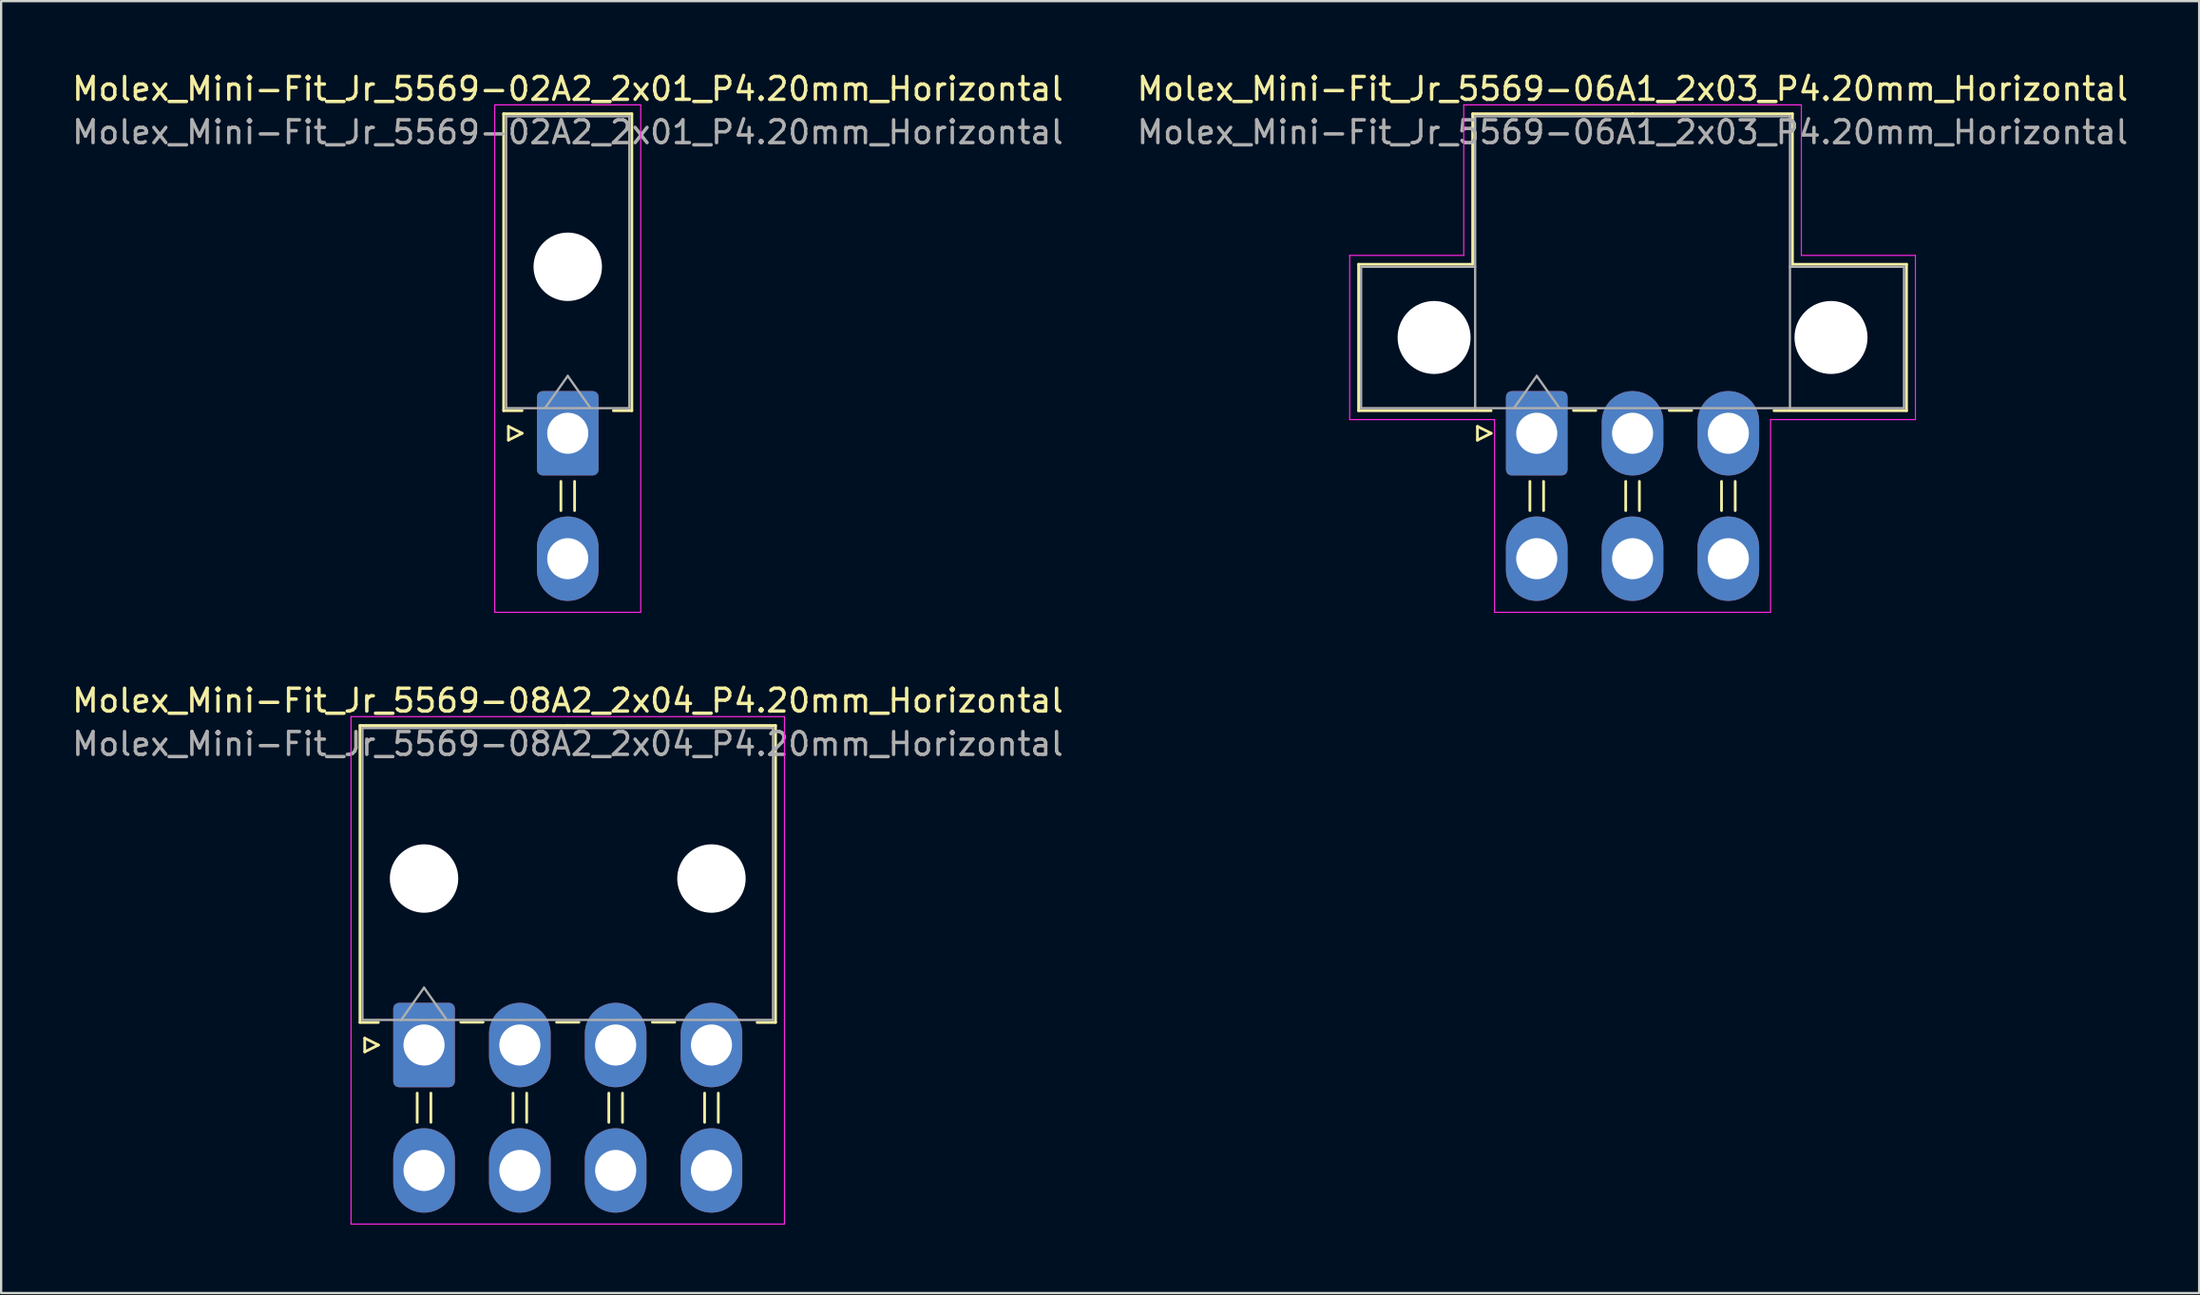
<source format=kicad_pcb>
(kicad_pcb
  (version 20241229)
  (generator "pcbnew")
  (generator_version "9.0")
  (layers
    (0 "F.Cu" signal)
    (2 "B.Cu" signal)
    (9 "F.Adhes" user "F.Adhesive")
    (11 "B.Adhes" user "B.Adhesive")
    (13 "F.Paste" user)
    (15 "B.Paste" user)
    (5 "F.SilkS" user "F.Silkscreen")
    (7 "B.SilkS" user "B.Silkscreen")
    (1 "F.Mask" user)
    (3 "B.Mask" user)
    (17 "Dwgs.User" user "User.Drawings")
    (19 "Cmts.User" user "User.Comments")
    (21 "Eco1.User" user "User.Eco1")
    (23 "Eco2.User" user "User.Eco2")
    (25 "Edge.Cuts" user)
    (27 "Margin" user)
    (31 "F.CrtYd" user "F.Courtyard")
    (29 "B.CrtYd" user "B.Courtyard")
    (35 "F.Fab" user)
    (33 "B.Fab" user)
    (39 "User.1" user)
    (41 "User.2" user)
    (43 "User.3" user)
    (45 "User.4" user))
  (footprint "Molex_Mini-Fit_Jr_5569-06A1_2x03_P4.20mm_Horizontal"
    (layer "F.Cu")
    (at 64.318 15.948)
    (property "Reference" "Molex_Mini-Fit_Jr_5569-06A1_2x03_P4.20mm_Horizontal" (at 4.2 -15.1 0) (layer "F.SilkS") (effects (font (size 1 1) (thickness 0.15))))
    (attr through_hole)
    (fp_line (start -7.81 -7.41) (end -7.81 -0.99) (stroke (width 0.12) (type solid)) (layer "F.SilkS"))
    (fp_line (start -7.81 -0.99) (end -2 -0.99) (stroke (width 0.12) (type solid)) (layer "F.SilkS"))
    (fp_line (start -2.81 -14.01) (end -2.81 -7.41) (stroke (width 0.12) (type solid)) (layer "F.SilkS"))
    (fp_line (start -2.81 -7.41) (end -7.81 -7.41) (stroke (width 0.12) (type solid)) (layer "F.SilkS"))
    (fp_line (start -2.6 -0.3) (end -2 0) (stroke (width 0.12) (type solid)) (layer "F.SilkS"))
    (fp_line (start -2.6 0.3) (end -2.6 -0.3) (stroke (width 0.12) (type solid)) (layer "F.SilkS"))
    (fp_line (start -2 0) (end -2.6 0.3) (stroke (width 0.12) (type solid)) (layer "F.SilkS"))
    (fp_line (start -0.3 2.11) (end -0.3 3.39) (stroke (width 0.12) (type solid)) (layer "F.SilkS"))
    (fp_line (start 0.3 2.11) (end 0.3 3.39) (stroke (width 0.12) (type solid)) (layer "F.SilkS"))
    (fp_line (start 1.61 -1) (end 2.59 -1) (stroke (width 0.12) (type solid)) (layer "F.SilkS"))
    (fp_line (start 3.9 2.11) (end 3.9 3.39) (stroke (width 0.12) (type solid)) (layer "F.SilkS"))
    (fp_line (start 4.2 -14.01) (end -2.81 -14.01) (stroke (width 0.12) (type solid)) (layer "F.SilkS"))
    (fp_line (start 4.2 -14.01) (end 11.21 -14.01) (stroke (width 0.12) (type solid)) (layer "F.SilkS"))
    (fp_line (start 4.5 2.11) (end 4.5 3.39) (stroke (width 0.12) (type solid)) (layer "F.SilkS"))
    (fp_line (start 5.81 -1) (end 6.79 -1) (stroke (width 0.12) (type solid)) (layer "F.SilkS"))
    (fp_line (start 8.1 2.11) (end 8.1 3.39) (stroke (width 0.12) (type solid)) (layer "F.SilkS"))
    (fp_line (start 8.7 2.11) (end 8.7 3.39) (stroke (width 0.12) (type solid)) (layer "F.SilkS"))
    (fp_line (start 11.21 -14.01) (end 11.21 -7.41) (stroke (width 0.12) (type solid)) (layer "F.SilkS"))
    (fp_line (start 11.21 -7.41) (end 16.21 -7.41) (stroke (width 0.12) (type solid)) (layer "F.SilkS"))
    (fp_line (start 16.21 -7.41) (end 16.21 -0.99) (stroke (width 0.12) (type solid)) (layer "F.SilkS"))
    (fp_line (start 16.21 -0.99) (end 10.4 -0.99) (stroke (width 0.12) (type solid)) (layer "F.SilkS"))
    (fp_line (start -8.2 -7.8) (end -8.2 -0.6) (stroke (width 0.05) (type solid)) (layer "F.CrtYd"))
    (fp_line (start -8.2 -0.6) (end -1.85 -0.6) (stroke (width 0.05) (type solid)) (layer "F.CrtYd"))
    (fp_line (start -3.2 -14.4) (end -3.2 -7.8) (stroke (width 0.05) (type solid)) (layer "F.CrtYd"))
    (fp_line (start -3.2 -7.8) (end -8.2 -7.8) (stroke (width 0.05) (type solid)) (layer "F.CrtYd"))
    (fp_line (start -1.85 -0.6) (end -1.85 7.85) (stroke (width 0.05) (type solid)) (layer "F.CrtYd"))
    (fp_line (start -1.85 7.85) (end 4.2 7.85) (stroke (width 0.05) (type solid)) (layer "F.CrtYd"))
    (fp_line (start 4.2 -14.4) (end -3.2 -14.4) (stroke (width 0.05) (type solid)) (layer "F.CrtYd"))
    (fp_line (start 4.2 -14.4) (end 11.6 -14.4) (stroke (width 0.05) (type solid)) (layer "F.CrtYd"))
    (fp_line (start 10.25 -0.6) (end 10.25 7.85) (stroke (width 0.05) (type solid)) (layer "F.CrtYd"))
    (fp_line (start 10.25 7.85) (end 4.2 7.85) (stroke (width 0.05) (type solid)) (layer "F.CrtYd"))
    (fp_line (start 11.6 -14.4) (end 11.6 -7.8) (stroke (width 0.05) (type solid)) (layer "F.CrtYd"))
    (fp_line (start 11.6 -7.8) (end 16.6 -7.8) (stroke (width 0.05) (type solid)) (layer "F.CrtYd"))
    (fp_line (start 16.6 -7.8) (end 16.6 -0.6) (stroke (width 0.05) (type solid)) (layer "F.CrtYd"))
    (fp_line (start 16.6 -0.6) (end 10.25 -0.6) (stroke (width 0.05) (type solid)) (layer "F.CrtYd"))
    (fp_line (start -7.7 -7.3) (end -7.7 -1.1) (stroke (width 0.1) (type solid)) (layer "F.Fab"))
    (fp_line (start -7.7 -1.1) (end -2.7 -1.1) (stroke (width 0.1) (type solid)) (layer "F.Fab"))
    (fp_line (start -2.7 -13.9) (end -2.7 -1.1) (stroke (width 0.1) (type solid)) (layer "F.Fab"))
    (fp_line (start -2.7 -7.3) (end -7.7 -7.3) (stroke (width 0.1) (type solid)) (layer "F.Fab"))
    (fp_line (start -2.7 -1.1) (end 11.1 -1.1) (stroke (width 0.1) (type solid)) (layer "F.Fab"))
    (fp_line (start -1 -1.1) (end 0 -2.514) (stroke (width 0.1) (type solid)) (layer "F.Fab"))
    (fp_line (start 0 -2.514) (end 1 -1.1) (stroke (width 0.1) (type solid)) (layer "F.Fab"))
    (fp_line (start 11.1 -13.9) (end -2.7 -13.9) (stroke (width 0.1) (type solid)) (layer "F.Fab"))
    (fp_line (start 11.1 -7.3) (end 16.1 -7.3) (stroke (width 0.1) (type solid)) (layer "F.Fab"))
    (fp_line (start 11.1 -1.1) (end 11.1 -13.9) (stroke (width 0.1) (type solid)) (layer "F.Fab"))
    (fp_line (start 16.1 -7.3) (end 16.1 -1.1) (stroke (width 0.1) (type solid)) (layer "F.Fab"))
    (fp_line (start 16.1 -1.1) (end 11.1 -1.1) (stroke (width 0.1) (type solid)) (layer "F.Fab"))
    (fp_text user "${REFERENCE}" (at 4.2 -13.2 0) (layer "F.Fab") (effects (font (size 1 1) (thickness 0.15))))
    (pad "" np_thru_hole circle (at -4.5 -4.2) (size 3.2 3.2) (drill 3.2) (layers "*.Cu" "*.Mask"))
    (pad "" np_thru_hole circle (at 12.9 -4.2) (size 3.2 3.2) (drill 3.2) (layers "*.Cu" "*.Mask"))
    (pad "1" thru_hole roundrect (at 0 0) (size 2.7 3.7) (drill 1.8) (layers "*.Cu" "*.Mask") (roundrect_rratio 0.093))
    (pad "2" thru_hole oval (at 4.2 0) (size 2.7 3.7) (drill 1.8) (layers "*.Cu" "*.Mask"))
    (pad "3" thru_hole oval (at 8.4 0) (size 2.7 3.7) (drill 1.8) (layers "*.Cu" "*.Mask"))
    (pad "4" thru_hole oval (at 0 5.5) (size 2.7 3.7) (drill 1.8) (layers "*.Cu" "*.Mask"))
    (pad "5" thru_hole oval (at 4.2 5.5) (size 2.7 3.7) (drill 1.8) (layers "*.Cu" "*.Mask"))
    (pad "6" thru_hole oval (at 8.4 5.5) (size 2.7 3.7) (drill 1.8) (layers "*.Cu" "*.Mask")))
  (footprint "Molex_Mini-Fit_Jr_5569-08A2_2x04_P4.20mm_Horizontal"
    (layer "F.Cu")
    (at 15.539 42.772)
    (property "Reference" "Molex_Mini-Fit_Jr_5569-08A2_2x04_P4.20mm_Horizontal" (at 6.3 -15.1 0) (layer "F.SilkS") (effects (font (size 1 1) (thickness 0.15))))
    (attr through_hole)
    (fp_line (start -2.81 -14.01) (end 6.3 -14.01) (stroke (width 0.12) (type solid)) (layer "F.SilkS"))
    (fp_line (start -2.81 -0.99) (end -2.81 -14.01) (stroke (width 0.12) (type solid)) (layer "F.SilkS"))
    (fp_line (start -2.6 -0.3) (end -2 0) (stroke (width 0.12) (type solid)) (layer "F.SilkS"))
    (fp_line (start -2.6 0.3) (end -2.6 -0.3) (stroke (width 0.12) (type solid)) (layer "F.SilkS"))
    (fp_line (start -2 -0.99) (end -2.81 -0.99) (stroke (width 0.12) (type solid)) (layer "F.SilkS"))
    (fp_line (start -2 0) (end -2.6 0.3) (stroke (width 0.12) (type solid)) (layer "F.SilkS"))
    (fp_line (start -0.3 2.11) (end -0.3 3.39) (stroke (width 0.12) (type solid)) (layer "F.SilkS"))
    (fp_line (start 0.3 2.11) (end 0.3 3.39) (stroke (width 0.12) (type solid)) (layer "F.SilkS"))
    (fp_line (start 1.61 -1) (end 2.59 -1) (stroke (width 0.12) (type solid)) (layer "F.SilkS"))
    (fp_line (start 3.9 2.11) (end 3.9 3.39) (stroke (width 0.12) (type solid)) (layer "F.SilkS"))
    (fp_line (start 4.5 2.11) (end 4.5 3.39) (stroke (width 0.12) (type solid)) (layer "F.SilkS"))
    (fp_line (start 5.81 -1) (end 6.79 -1) (stroke (width 0.12) (type solid)) (layer "F.SilkS"))
    (fp_line (start 8.1 2.11) (end 8.1 3.39) (stroke (width 0.12) (type solid)) (layer "F.SilkS"))
    (fp_line (start 8.7 2.11) (end 8.7 3.39) (stroke (width 0.12) (type solid)) (layer "F.SilkS"))
    (fp_line (start 10.01 -1) (end 10.99 -1) (stroke (width 0.12) (type solid)) (layer "F.SilkS"))
    (fp_line (start 12.3 2.11) (end 12.3 3.39) (stroke (width 0.12) (type solid)) (layer "F.SilkS"))
    (fp_line (start 12.9 2.11) (end 12.9 3.39) (stroke (width 0.12) (type solid)) (layer "F.SilkS"))
    (fp_line (start 14.6 -0.99) (end 15.41 -0.99) (stroke (width 0.12) (type solid)) (layer "F.SilkS"))
    (fp_line (start 15.41 -14.01) (end 6.3 -14.01) (stroke (width 0.12) (type solid)) (layer "F.SilkS"))
    (fp_line (start 15.41 -0.99) (end 15.41 -14.01) (stroke (width 0.12) (type solid)) (layer "F.SilkS"))
    (fp_line (start -3.2 -14.4) (end -3.2 7.85) (stroke (width 0.05) (type solid)) (layer "F.CrtYd"))
    (fp_line (start -3.2 7.85) (end 15.8 7.85) (stroke (width 0.05) (type solid)) (layer "F.CrtYd"))
    (fp_line (start 15.8 -14.4) (end -3.2 -14.4) (stroke (width 0.05) (type solid)) (layer "F.CrtYd"))
    (fp_line (start 15.8 7.85) (end 15.8 -14.4) (stroke (width 0.05) (type solid)) (layer "F.CrtYd"))
    (fp_line (start -2.7 -13.9) (end -2.7 -1.1) (stroke (width 0.1) (type solid)) (layer "F.Fab"))
    (fp_line (start -2.7 -1.1) (end 15.3 -1.1) (stroke (width 0.1) (type solid)) (layer "F.Fab"))
    (fp_line (start -1 -1.1) (end 0 -2.514) (stroke (width 0.1) (type solid)) (layer "F.Fab"))
    (fp_line (start 0 -2.514) (end 1 -1.1) (stroke (width 0.1) (type solid)) (layer "F.Fab"))
    (fp_line (start 15.3 -13.9) (end -2.7 -13.9) (stroke (width 0.1) (type solid)) (layer "F.Fab"))
    (fp_line (start 15.3 -1.1) (end 15.3 -13.9) (stroke (width 0.1) (type solid)) (layer "F.Fab"))
    (fp_text user "${REFERENCE}" (at 6.3 -13.2 0) (layer "F.Fab") (effects (font (size 1 1) (thickness 0.15))))
    (pad "" np_thru_hole circle (at 0 -7.3) (size 3 3) (drill 3) (layers "*.Cu" "*.Mask"))
    (pad "" np_thru_hole circle (at 12.6 -7.3) (size 3 3) (drill 3) (layers "*.Cu" "*.Mask"))
    (pad "1" thru_hole roundrect (at 0 0) (size 2.7 3.7) (drill 1.8) (layers "*.Cu" "*.Mask") (roundrect_rratio 0.093))
    (pad "2" thru_hole oval (at 4.2 0) (size 2.7 3.7) (drill 1.8) (layers "*.Cu" "*.Mask"))
    (pad "3" thru_hole oval (at 8.4 0) (size 2.7 3.7) (drill 1.8) (layers "*.Cu" "*.Mask"))
    (pad "4" thru_hole oval (at 12.6 0) (size 2.7 3.7) (drill 1.8) (layers "*.Cu" "*.Mask"))
    (pad "5" thru_hole oval (at 0 5.5) (size 2.7 3.7) (drill 1.8) (layers "*.Cu" "*.Mask"))
    (pad "6" thru_hole oval (at 4.2 5.5) (size 2.7 3.7) (drill 1.8) (layers "*.Cu" "*.Mask"))
    (pad "7" thru_hole oval (at 8.4 5.5) (size 2.7 3.7) (drill 1.8) (layers "*.Cu" "*.Mask"))
    (pad "8" thru_hole oval (at 12.6 5.5) (size 2.7 3.7) (drill 1.8) (layers "*.Cu" "*.Mask")))
  (footprint "Molex_Mini-Fit_Jr_5569-02A2_2x01_P4.20mm_Horizontal"
    (layer "F.Cu")
    (at 21.839 15.948)
    (property "Reference" "Molex_Mini-Fit_Jr_5569-02A2_2x01_P4.20mm_Horizontal" (at 0 -15.1 0) (layer "F.SilkS") (effects (font (size 1 1) (thickness 0.15))))
    (attr through_hole)
    (fp_line (start -2.81 -14.01) (end 0 -14.01) (stroke (width 0.12) (type solid)) (layer "F.SilkS"))
    (fp_line (start -2.81 -0.99) (end -2.81 -14.01) (stroke (width 0.12) (type solid)) (layer "F.SilkS"))
    (fp_line (start -2.6 -0.3) (end -2 0) (stroke (width 0.12) (type solid)) (layer "F.SilkS"))
    (fp_line (start -2.6 0.3) (end -2.6 -0.3) (stroke (width 0.12) (type solid)) (layer "F.SilkS"))
    (fp_line (start -2 -0.99) (end -2.81 -0.99) (stroke (width 0.12) (type solid)) (layer "F.SilkS"))
    (fp_line (start -2 0) (end -2.6 0.3) (stroke (width 0.12) (type solid)) (layer "F.SilkS"))
    (fp_line (start -0.3 2.11) (end -0.3 3.39) (stroke (width 0.12) (type solid)) (layer "F.SilkS"))
    (fp_line (start 0.3 2.11) (end 0.3 3.39) (stroke (width 0.12) (type solid)) (layer "F.SilkS"))
    (fp_line (start 2 -0.99) (end 2.81 -0.99) (stroke (width 0.12) (type solid)) (layer "F.SilkS"))
    (fp_line (start 2.81 -14.01) (end 0 -14.01) (stroke (width 0.12) (type solid)) (layer "F.SilkS"))
    (fp_line (start 2.81 -0.99) (end 2.81 -14.01) (stroke (width 0.12) (type solid)) (layer "F.SilkS"))
    (fp_line (start -3.2 -14.4) (end -3.2 7.85) (stroke (width 0.05) (type solid)) (layer "F.CrtYd"))
    (fp_line (start -3.2 7.85) (end 3.2 7.85) (stroke (width 0.05) (type solid)) (layer "F.CrtYd"))
    (fp_line (start 3.2 -14.4) (end -3.2 -14.4) (stroke (width 0.05) (type solid)) (layer "F.CrtYd"))
    (fp_line (start 3.2 7.85) (end 3.2 -14.4) (stroke (width 0.05) (type solid)) (layer "F.CrtYd"))
    (fp_line (start -2.7 -13.9) (end -2.7 -1.1) (stroke (width 0.1) (type solid)) (layer "F.Fab"))
    (fp_line (start -2.7 -1.1) (end 2.7 -1.1) (stroke (width 0.1) (type solid)) (layer "F.Fab"))
    (fp_line (start -1 -1.1) (end 0 -2.514) (stroke (width 0.1) (type solid)) (layer "F.Fab"))
    (fp_line (start 0 -2.514) (end 1 -1.1) (stroke (width 0.1) (type solid)) (layer "F.Fab"))
    (fp_line (start 2.7 -13.9) (end -2.7 -13.9) (stroke (width 0.1) (type solid)) (layer "F.Fab"))
    (fp_line (start 2.7 -1.1) (end 2.7 -13.9) (stroke (width 0.1) (type solid)) (layer "F.Fab"))
    (fp_text user "${REFERENCE}" (at 0 -13.2 0) (layer "F.Fab") (effects (font (size 1 1) (thickness 0.15))))
    (pad "" np_thru_hole circle (at 0 -7.3) (size 3 3) (drill 3) (layers "*.Cu" "*.Mask"))
    (pad "1" thru_hole roundrect (at 0 0) (size 2.7 3.7) (drill 1.8) (layers "*.Cu" "*.Mask") (roundrect_rratio 0.093))
    (pad "2" thru_hole oval (at 0 5.5) (size 2.7 3.7) (drill 1.8) (layers "*.Cu" "*.Mask")))
  (gr_rect
    (start -3 -3)
    (end 93.357 53.647)
    (stroke (width 0.1) (type default))
    (fill no)
    (layer "Edge.Cuts")))
</source>
